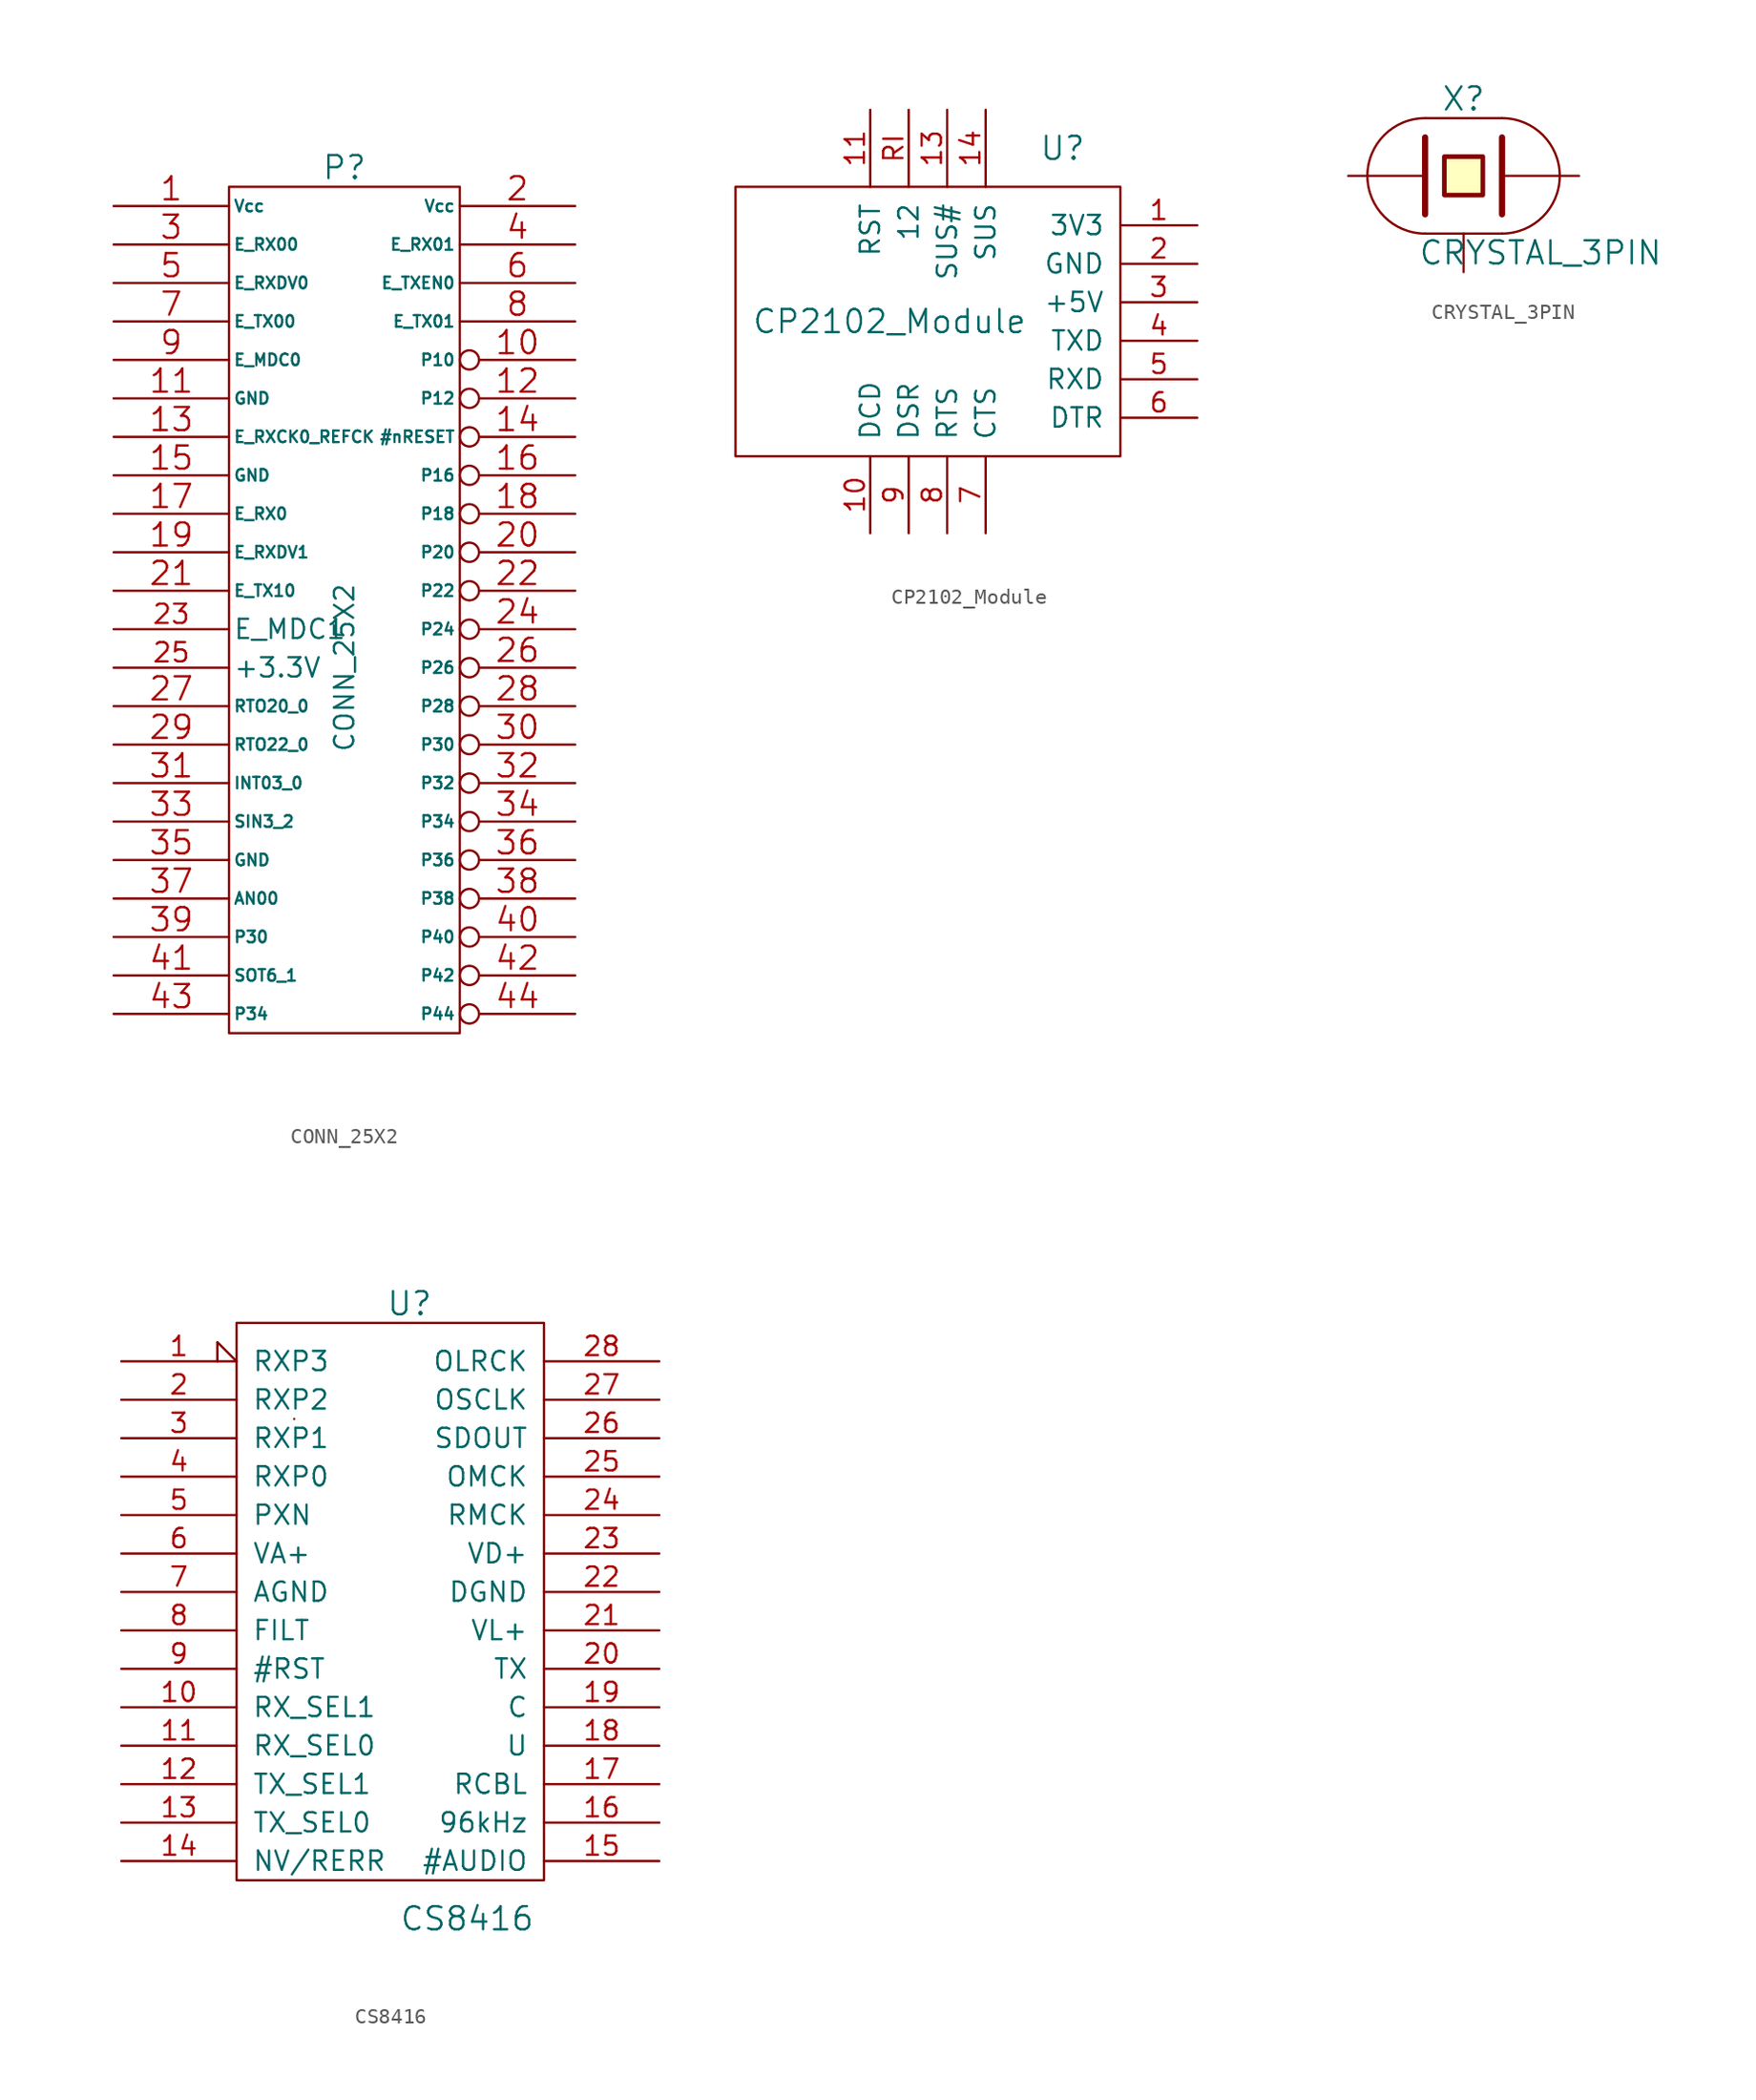
<source format=kicad_sym>
(kicad_symbol_lib
  (version 20220914)
  (generator kicad_symbol_editor)
  (symbol "CONN_25X2"
    (pin_names
      (offset 0.254))
    (property "Reference" "P"
      (at 0 33.02 0)
      (effects (font (size 1.524 1.524))))
    (property "Value" "CONN_25X2"
      (at 0 0 90)
      (effects (font (size 1.27 1.27))))
    (property "Footprint" ""
      (at 0 0 0)
      (effects (font (size 1.524 1.524))))
    (property "Datasheet" ""
      (at 0 0 0)
      (effects (font (size 1.524 1.524))))
    (symbol "CONN_25X2_0_1"
      (rectangle (start -7.62 31.75) (end 7.62 -24.13) (stroke (width 0) (type solid)) (fill (type none))))
    (symbol "CONN_25X2_1_1"
      (pin passive line (at -15.24 30.48 0) (length 7.62) (name "Vcc" (effects (font (size 0.762 0.762)))) (number "1" (effects (font (size 1.524 1.524)))))
      (pin passive inverted (at 15.24 20.32 180) (length 7.62) (name "P10" (effects (font (size 0.762 0.762)))) (number "10" (effects (font (size 1.524 1.524)))))
      (pin passive line (at -15.24 17.78 0) (length 7.62) (name "GND" (effects (font (size 0.762 0.762)))) (number "11" (effects (font (size 1.524 1.524)))))
      (pin passive inverted (at 15.24 17.78 180) (length 7.62) (name "P12" (effects (font (size 0.762 0.762)))) (number "12" (effects (font (size 1.524 1.524)))))
      (pin passive line (at -15.24 15.24 0) (length 7.62) (name "E_RXCK0_REFCK" (effects (font (size 0.762 0.762)))) (number "13" (effects (font (size 1.524 1.524)))))
      (pin passive inverted (at 15.24 15.24 180) (length 7.62) (name "#nRESET" (effects (font (size 0.762 0.762)))) (number "14" (effects (font (size 1.524 1.524)))))
      (pin passive line (at -15.24 12.7 0) (length 7.62) (name "GND" (effects (font (size 0.762 0.762)))) (number "15" (effects (font (size 1.524 1.524)))))
      (pin passive inverted (at 15.24 12.7 180) (length 7.62) (name "P16" (effects (font (size 0.762 0.762)))) (number "16" (effects (font (size 1.524 1.524)))))
      (pin passive line (at -15.24 10.16 0) (length 7.62) (name "E_RX0" (effects (font (size 0.762 0.762)))) (number "17" (effects (font (size 1.524 1.524)))))
      (pin passive inverted (at 15.24 10.16 180) (length 7.62) (name "P18" (effects (font (size 0.762 0.762)))) (number "18" (effects (font (size 1.524 1.524)))))
      (pin passive line (at -15.24 7.62 0) (length 7.62) (name "E_RXDV1" (effects (font (size 0.762 0.762)))) (number "19" (effects (font (size 1.524 1.524)))))
      (pin passive line (at 15.24 30.48 180) (length 7.62) (name "Vcc" (effects (font (size 0.762 0.762)))) (number "2" (effects (font (size 1.524 1.524)))))
      (pin passive inverted (at 15.24 7.62 180) (length 7.62) (name "P20" (effects (font (size 0.762 0.762)))) (number "20" (effects (font (size 1.524 1.524)))))
      (pin passive line (at -15.24 5.08 0) (length 7.62) (name "E_TX10" (effects (font (size 0.762 0.762)))) (number "21" (effects (font (size 1.524 1.524)))))
      (pin passive inverted (at 15.24 5.08 180) (length 7.62) (name "P22" (effects (font (size 0.762 0.762)))) (number "22" (effects (font (size 1.524 1.524)))))
      (pin input line (at -15.24 2.54 0) (length 7.62) (name "E_MDC1" (effects (font (size 1.27 1.27)))) (number "23" (effects (font (size 1.27 1.27)))))
      (pin passive inverted (at 15.24 2.54 180) (length 7.62) (name "P24" (effects (font (size 0.762 0.762)))) (number "24" (effects (font (size 1.524 1.524)))))
      (pin input line (at -15.24 0 0) (length 7.62) (name "+3.3V" (effects (font (size 1.27 1.27)))) (number "25" (effects (font (size 1.27 1.27)))))
      (pin passive inverted (at 15.24 0 180) (length 7.62) (name "P26" (effects (font (size 0.762 0.762)))) (number "26" (effects (font (size 1.524 1.524)))))
      (pin passive line (at -15.24 -2.54 0) (length 7.62) (name "RTO20_0" (effects (font (size 0.762 0.762)))) (number "27" (effects (font (size 1.524 1.524)))))
      (pin passive inverted (at 15.24 -2.54 180) (length 7.62) (name "P28" (effects (font (size 0.762 0.762)))) (number "28" (effects (font (size 1.524 1.524)))))
      (pin passive line (at -15.24 -5.08 0) (length 7.62) (name "RTO22_0" (effects (font (size 0.762 0.762)))) (number "29" (effects (font (size 1.524 1.524)))))
      (pin passive line (at -15.24 27.94 0) (length 7.62) (name "E_RX00" (effects (font (size 0.762 0.762)))) (number "3" (effects (font (size 1.524 1.524)))))
      (pin passive inverted (at 15.24 -5.08 180) (length 7.62) (name "P30" (effects (font (size 0.762 0.762)))) (number "30" (effects (font (size 1.524 1.524)))))
      (pin passive line (at -15.24 -7.62 0) (length 7.62) (name "INT03_0" (effects (font (size 0.762 0.762)))) (number "31" (effects (font (size 1.524 1.524)))))
      (pin passive inverted (at 15.24 -7.62 180) (length 7.62) (name "P32" (effects (font (size 0.762 0.762)))) (number "32" (effects (font (size 1.524 1.524)))))
      (pin passive line (at -15.24 -10.16 0) (length 7.62) (name "SIN3_2" (effects (font (size 0.762 0.762)))) (number "33" (effects (font (size 1.524 1.524)))))
      (pin passive inverted (at 15.24 -10.16 180) (length 7.62) (name "P34" (effects (font (size 0.762 0.762)))) (number "34" (effects (font (size 1.524 1.524)))))
      (pin passive line (at -15.24 -12.7 0) (length 7.62) (name "GND" (effects (font (size 0.762 0.762)))) (number "35" (effects (font (size 1.524 1.524)))))
      (pin passive inverted (at 15.24 -12.7 180) (length 7.62) (name "P36" (effects (font (size 0.762 0.762)))) (number "36" (effects (font (size 1.524 1.524)))))
      (pin passive line (at -15.24 -15.24 0) (length 7.62) (name "AN00" (effects (font (size 0.762 0.762)))) (number "37" (effects (font (size 1.524 1.524)))))
      (pin passive inverted (at 15.24 -15.24 180) (length 7.62) (name "P38" (effects (font (size 0.762 0.762)))) (number "38" (effects (font (size 1.524 1.524)))))
      (pin passive line (at -15.24 -17.78 0) (length 7.62) (name "P30" (effects (font (size 0.762 0.762)))) (number "39" (effects (font (size 1.524 1.524)))))
      (pin passive line (at 15.24 27.94 180) (length 7.62) (name "E_RX01" (effects (font (size 0.762 0.762)))) (number "4" (effects (font (size 1.524 1.524)))))
      (pin passive inverted (at 15.24 -17.78 180) (length 7.62) (name "P40" (effects (font (size 0.762 0.762)))) (number "40" (effects (font (size 1.524 1.524)))))
      (pin passive line (at -15.24 -20.32 0) (length 7.62) (name "SOT6_1" (effects (font (size 0.762 0.762)))) (number "41" (effects (font (size 1.524 1.524)))))
      (pin passive inverted (at 15.24 -20.32 180) (length 7.62) (name "P42" (effects (font (size 0.762 0.762)))) (number "42" (effects (font (size 1.524 1.524)))))
      (pin passive line (at -15.24 -22.86 0) (length 7.62) (name "P34" (effects (font (size 0.762 0.762)))) (number "43" (effects (font (size 1.524 1.524)))))
      (pin passive inverted (at 15.24 -22.86 180) (length 7.62) (name "P44" (effects (font (size 0.762 0.762)))) (number "44" (effects (font (size 1.524 1.524)))))
      (pin passive line (at -15.24 25.4 0) (length 7.62) (name "E_RXDV0" (effects (font (size 0.762 0.762)))) (number "5" (effects (font (size 1.524 1.524)))))
      (pin passive line (at 15.24 25.4 180) (length 7.62) (name "E_TXEN0" (effects (font (size 0.762 0.762)))) (number "6" (effects (font (size 1.524 1.524)))))
      (pin passive line (at -15.24 22.86 0) (length 7.62) (name "E_TX00" (effects (font (size 0.762 0.762)))) (number "7" (effects (font (size 1.524 1.524)))))
      (pin passive line (at 15.24 22.86 180) (length 7.62) (name "E_TX01" (effects (font (size 0.762 0.762)))) (number "8" (effects (font (size 1.524 1.524)))))
      (pin passive line (at -15.24 20.32 0) (length 7.62) (name "E_MDC0" (effects (font (size 0.762 0.762)))) (number "9" (effects (font (size 1.524 1.524)))))))
  (symbol "CP2102_Module"
    (pin_names
      (offset 1.016))
    (property "Reference" "U"
      (at 8.89 11.43 0)
      (effects (font (size 1.524 1.524))))
    (property "Value" "CP2102_Module"
      (at -2.54 0 0)
      (effects (font (size 1.524 1.524))))
    (property "Footprint" ""
      (at 0 -1.27 0)
      (effects (font (size 1.524 1.524))))
    (property "Datasheet" ""
      (at 0 -1.27 0)
      (effects (font (size 1.524 1.524))))
    (symbol "CP2102_Module_0_1"
      (rectangle (start -12.7 8.89) (end 12.7 -8.89) (stroke (width 0) (type solid)) (fill (type none))))
    (symbol "CP2102_Module_1_1"
      (pin input line (at 17.78 6.35 180) (length 5.08) (name "3V3" (effects (font (size 1.27 1.27)))) (number "1" (effects (font (size 1.27 1.27)))))
      (pin input line (at -3.81 -13.97 90) (length 5.08) (name "DCD" (effects (font (size 1.27 1.27)))) (number "10" (effects (font (size 1.27 1.27)))))
      (pin input line (at -3.81 13.97 270) (length 5.08) (name "RST" (effects (font (size 1.27 1.27)))) (number "11" (effects (font (size 1.27 1.27)))))
      (pin input line (at 1.27 13.97 270) (length 5.08) (name "SUS#" (effects (font (size 1.27 1.27)))) (number "13" (effects (font (size 1.27 1.27)))))
      (pin input line (at 3.81 13.97 270) (length 5.08) (name "SUS" (effects (font (size 1.27 1.27)))) (number "14" (effects (font (size 1.27 1.27)))))
      (pin input line (at 17.78 3.81 180) (length 5.08) (name "GND" (effects (font (size 1.27 1.27)))) (number "2" (effects (font (size 1.27 1.27)))))
      (pin input line (at 17.78 1.27 180) (length 5.08) (name "+5V" (effects (font (size 1.27 1.27)))) (number "3" (effects (font (size 1.27 1.27)))))
      (pin input line (at 17.78 -1.27 180) (length 5.08) (name "TXD" (effects (font (size 1.27 1.27)))) (number "4" (effects (font (size 1.27 1.27)))))
      (pin input line (at 17.78 -3.81 180) (length 5.08) (name "RXD" (effects (font (size 1.27 1.27)))) (number "5" (effects (font (size 1.27 1.27)))))
      (pin input line (at 17.78 -6.35 180) (length 5.08) (name "DTR" (effects (font (size 1.27 1.27)))) (number "6" (effects (font (size 1.27 1.27)))))
      (pin input line (at 3.81 -13.97 90) (length 5.08) (name "CTS" (effects (font (size 1.27 1.27)))) (number "7" (effects (font (size 1.27 1.27)))))
      (pin input line (at 1.27 -13.97 90) (length 5.08) (name "RTS" (effects (font (size 1.27 1.27)))) (number "8" (effects (font (size 1.27 1.27)))))
      (pin input line (at -1.27 -13.97 90) (length 5.08) (name "DSR" (effects (font (size 1.27 1.27)))) (number "9" (effects (font (size 1.27 1.27)))))
      (pin input line (at -1.27 13.97 270) (length 5.08) (name "12" (effects (font (size 1.27 1.27)))) (number "RI" (effects (font (size 1.27 1.27)))))))
  (symbol "CRYSTAL_3PIN"
    (pin_numbers hide)
    (pin_names
      (offset 1.016) hide)
    (property "Reference" "X"
      (at 0 5.08 0)
      (effects (font (size 1.524 1.524))))
    (property "Value" "CRYSTAL_3PIN"
      (at 5.08 -5.08 0)
      (effects (font (size 1.524 1.524))))
    (property "Footprint" ""
      (at 0 0 0)
      (effects (font (size 1.524 1.524))))
    (property "Datasheet" ""
      (at 0 0 0)
      (effects (font (size 1.524 1.524))))
    (symbol "CRYSTAL_3PIN_0_1"
      (arc (start -2.54 3.81) (mid -6.3334 0) (end -2.54 -3.81) (stroke (width 0) (type solid)) (fill (type none)))
      (polyline (pts (xy -2.54 -3.81) (xy 2.54 -3.81)) (stroke (width 0) (type solid)) (fill (type none)))
      (polyline (pts (xy -2.54 2.54) (xy -2.54 -2.54)) (stroke (width 0.406) (type solid)) (fill (type none)))
      (polyline (pts (xy -2.54 3.81) (xy 2.54 3.81)) (stroke (width 0) (type solid)) (fill (type none)))
      (polyline (pts (xy 2.54 2.54) (xy 2.54 -2.54)) (stroke (width 0.406) (type solid)) (fill (type none)))
      (polyline (pts (xy -1.27 1.27) (xy 1.27 1.27) (xy 1.27 -1.27) (xy -1.27 -1.27) (xy -1.27 1.27)) (stroke (width 0.305) (type solid)) (fill (type background)))
      (arc (start 2.54 -3.81) (mid 6.3334 0) (end 2.54 3.81) (stroke (width 0) (type solid)) (fill (type none))))
    (symbol "CRYSTAL_3PIN_1_1"
      (pin passive line (at -7.62 0 0) (length 5.08) (name "1" (effects (font (size 1.016 1.016)))) (number "1" (effects (font (size 1.016 1.016)))))
      (pin passive line (at 7.62 0 180) (length 5.08) (name "2" (effects (font (size 1.016 1.016)))) (number "2" (effects (font (size 1.016 1.016)))))
      (pin input line (at 0 -6.35 90) (length 2.54) (name "3" (effects (font (size 1.27 1.27)))) (number "3" (effects (font (size 1.27 1.27)))))))
  (symbol "CS8416"
    (pin_names
      (offset 1.016))
    (property "Reference" "U"
      (at 1.27 19.05 0)
      (effects (font (size 1.524 1.524))))
    (property "Value" "CS8416"
      (at 5.08 -21.59 0)
      (effects (font (size 1.524 1.524))))
    (property "Footprint" ""
      (at 0 0 0)
      (effects (font (size 1.524 1.524))))
    (property "Datasheet" ""
      (at 0 0 0)
      (effects (font (size 1.524 1.524))))
    (symbol "CS8416_0_1"
      (rectangle (start -10.16 17.78) (end 10.16 -19.05) (stroke (width 0) (type solid)) (fill (type none)))
      (rectangle (start -6.35 11.43) (end -6.35 11.43) (stroke (width 0) (type solid)) (fill (type none))))
    (symbol "CS8416_1_1"
      (pin input input_low (at -17.78 15.24 0) (length 7.62) (name "RXP3" (effects (font (size 1.27 1.27)))) (number "1" (effects (font (size 1.27 1.27)))))
      (pin input line (at -17.78 -7.62 0) (length 7.62) (name "RX_SEL1" (effects (font (size 1.27 1.27)))) (number "10" (effects (font (size 1.27 1.27)))))
      (pin input line (at -17.78 -10.16 0) (length 7.62) (name "RX_SEL0" (effects (font (size 1.27 1.27)))) (number "11" (effects (font (size 1.27 1.27)))))
      (pin input line (at -17.78 -12.7 0) (length 7.62) (name "TX_SEL1" (effects (font (size 1.27 1.27)))) (number "12" (effects (font (size 1.27 1.27)))))
      (pin power_in line (at -17.78 -15.24 0) (length 7.62) (name "TX_SEL0" (effects (font (size 1.27 1.27)))) (number "13" (effects (font (size 1.27 1.27)))))
      (pin input line (at -17.78 -17.78 0) (length 7.62) (name "NV/RERR" (effects (font (size 1.27 1.27)))) (number "14" (effects (font (size 1.27 1.27)))))
      (pin input line (at 17.78 -17.78 180) (length 7.62) (name "#AUDIO" (effects (font (size 1.27 1.27)))) (number "15" (effects (font (size 1.27 1.27)))))
      (pin input line (at 17.78 -15.24 180) (length 7.62) (name "96kHz" (effects (font (size 1.27 1.27)))) (number "16" (effects (font (size 1.27 1.27)))))
      (pin input line (at 17.78 -12.7 180) (length 7.62) (name "RCBL" (effects (font (size 1.27 1.27)))) (number "17" (effects (font (size 1.27 1.27)))))
      (pin input line (at 17.78 -10.16 180) (length 7.62) (name "U" (effects (font (size 1.27 1.27)))) (number "18" (effects (font (size 1.27 1.27)))))
      (pin input line (at 17.78 -7.62 180) (length 7.62) (name "C" (effects (font (size 1.27 1.27)))) (number "19" (effects (font (size 1.27 1.27)))))
      (pin input line (at -17.78 12.7 0) (length 7.62) (name "RXP2" (effects (font (size 1.27 1.27)))) (number "2" (effects (font (size 1.27 1.27)))))
      (pin input line (at 17.78 -5.08 180) (length 7.62) (name "TX" (effects (font (size 1.27 1.27)))) (number "20" (effects (font (size 1.27 1.27)))))
      (pin input line (at 17.78 -2.54 180) (length 7.62) (name "VL+" (effects (font (size 1.27 1.27)))) (number "21" (effects (font (size 1.27 1.27)))))
      (pin power_in line (at 17.78 0 180) (length 7.62) (name "DGND" (effects (font (size 1.27 1.27)))) (number "22" (effects (font (size 1.27 1.27)))))
      (pin power_in line (at 17.78 2.54 180) (length 7.62) (name "VD+" (effects (font (size 1.27 1.27)))) (number "23" (effects (font (size 1.27 1.27)))))
      (pin input line (at 17.78 5.08 180) (length 7.62) (name "RMCK" (effects (font (size 1.27 1.27)))) (number "24" (effects (font (size 1.27 1.27)))))
      (pin input line (at 17.78 7.62 180) (length 7.62) (name "OMCK" (effects (font (size 1.27 1.27)))) (number "25" (effects (font (size 1.27 1.27)))))
      (pin output line (at 17.78 10.16 180) (length 7.62) (name "SDOUT" (effects (font (size 1.27 1.27)))) (number "26" (effects (font (size 1.27 1.27)))))
      (pin input line (at 17.78 12.7 180) (length 7.62) (name "OSCLK" (effects (font (size 1.27 1.27)))) (number "27" (effects (font (size 1.27 1.27)))))
      (pin input line (at 17.78 15.24 180) (length 7.62) (name "OLRCK" (effects (font (size 1.27 1.27)))) (number "28" (effects (font (size 1.27 1.27)))))
      (pin input line (at -17.78 10.16 0) (length 7.62) (name "RXP1" (effects (font (size 1.27 1.27)))) (number "3" (effects (font (size 1.27 1.27)))))
      (pin input line (at -17.78 7.62 0) (length 7.62) (name "RXP0" (effects (font (size 1.27 1.27)))) (number "4" (effects (font (size 1.27 1.27)))))
      (pin input line (at -17.78 5.08 0) (length 7.62) (name "PXN" (effects (font (size 1.27 1.27)))) (number "5" (effects (font (size 1.27 1.27)))))
      (pin input line (at -17.78 2.54 0) (length 7.62) (name "VA+" (effects (font (size 1.27 1.27)))) (number "6" (effects (font (size 1.27 1.27)))))
      (pin power_in line (at -17.78 0 0) (length 7.62) (name "AGND" (effects (font (size 1.27 1.27)))) (number "7" (effects (font (size 1.27 1.27)))))
      (pin input line (at -17.78 -2.54 0) (length 7.62) (name "FILT" (effects (font (size 1.27 1.27)))) (number "8" (effects (font (size 1.27 1.27)))))
      (pin input line (at -17.78 -5.08 0) (length 7.62) (name "#RST" (effects (font (size 1.27 1.27)))) (number "9" (effects (font (size 1.27 1.27))))))))
</source>
